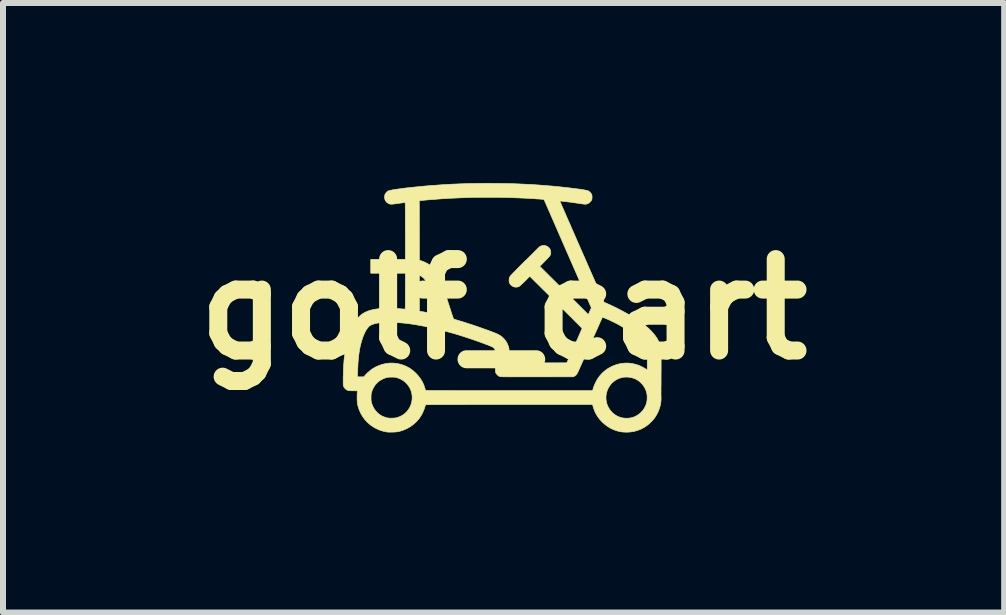
<source format=kicad_pcb>
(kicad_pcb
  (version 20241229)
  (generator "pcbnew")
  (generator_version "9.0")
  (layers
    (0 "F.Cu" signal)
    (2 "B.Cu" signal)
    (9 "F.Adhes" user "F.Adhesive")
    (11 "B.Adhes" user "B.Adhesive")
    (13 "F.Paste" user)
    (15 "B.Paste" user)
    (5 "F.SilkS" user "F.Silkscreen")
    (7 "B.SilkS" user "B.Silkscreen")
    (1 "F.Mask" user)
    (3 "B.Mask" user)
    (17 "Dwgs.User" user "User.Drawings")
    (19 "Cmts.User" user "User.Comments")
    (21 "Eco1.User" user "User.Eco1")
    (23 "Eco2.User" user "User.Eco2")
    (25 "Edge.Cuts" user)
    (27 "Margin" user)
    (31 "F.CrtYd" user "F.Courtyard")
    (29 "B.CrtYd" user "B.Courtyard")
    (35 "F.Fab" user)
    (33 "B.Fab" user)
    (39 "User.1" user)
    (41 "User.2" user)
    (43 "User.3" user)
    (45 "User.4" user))
  (footprint "golf_cart"
    (layer "F.Cu")
    (at 5.341 2.102)
    (property "Reference" "golf_cart" (at 0 0 0) (layer "F.SilkS") (effects (font (size 1.524 1.524) (thickness 0.3))))
    (attr through_hole)
    (fp_poly (pts (xy -0.149 -2.096) (xy -0.033 -2.095) (xy 0.076 -2.093) (xy 0.181 -2.09) (xy 0.283 -2.086) (xy 0.384 -2.081) (xy 0.484 -2.076) (xy 0.585 -2.069) (xy 0.688 -2.061) (xy 0.758 -2.055) (xy 0.814 -2.051) (xy 0.87 -2.045) (xy 0.926 -2.04) (xy 0.982 -2.034) (xy 1.036 -2.028) (xy 1.089 -2.022) (xy 1.14 -2.016) (xy 1.188 -2.01) (xy 1.233 -2.004) (xy 1.274 -1.999) (xy 1.31 -1.993) (xy 1.342 -1.988) (xy 1.368 -1.983) (xy 1.389 -1.979) (xy 1.403 -1.975) (xy 1.407 -1.974) (xy 1.427 -1.962) (xy 1.445 -1.946) (xy 1.46 -1.926) (xy 1.465 -1.918) (xy 1.47 -1.908) (xy 1.473 -1.898) (xy 1.474 -1.887) (xy 1.475 -1.871) (xy 1.475 -1.867) (xy 1.475 -1.849) (xy 1.473 -1.837) (xy 1.471 -1.826) (xy 1.466 -1.816) (xy 1.451 -1.793) (xy 1.431 -1.774) (xy 1.408 -1.76) (xy 1.383 -1.751) (xy 1.363 -1.749) (xy 1.353 -1.75) (xy 1.337 -1.751) (xy 1.318 -1.753) (xy 1.297 -1.756) (xy 1.286 -1.758) (xy 1.261 -1.762) (xy 1.233 -1.766) (xy 1.202 -1.77) (xy 1.17 -1.775) (xy 1.137 -1.779) (xy 1.104 -1.784) (xy 1.072 -1.788) (xy 1.042 -1.792) (xy 1.014 -1.795) (xy 0.989 -1.798) (xy 0.968 -1.8) (xy 0.952 -1.802) (xy 0.942 -1.803) (xy 0.938 -1.803) (xy 0.939 -1.799) (xy 0.943 -1.79) (xy 0.95 -1.774) (xy 0.96 -1.752) (xy 0.971 -1.725) (xy 0.985 -1.693) (xy 1.002 -1.655) (xy 1.02 -1.613) (xy 1.04 -1.567) (xy 1.062 -1.516) (xy 1.086 -1.462) (xy 1.112 -1.404) (xy 1.138 -1.342) (xy 1.167 -1.278) (xy 1.196 -1.211) (xy 1.226 -1.141) (xy 1.258 -1.07) (xy 1.29 -0.996) (xy 1.307 -0.958) (xy 1.677 -0.114) (xy 1.723 -0.095) (xy 1.777 -0.071) (xy 1.834 -0.044) (xy 1.894 -0.015) (xy 1.955 0.017) (xy 2.016 0.05) (xy 2.077 0.084) (xy 2.135 0.118) (xy 2.19 0.151) (xy 2.241 0.184) (xy 2.287 0.215) (xy 2.302 0.226) (xy 2.366 0.276) (xy 2.424 0.326) (xy 2.475 0.378) (xy 2.519 0.43) (xy 2.556 0.483) (xy 2.586 0.537) (xy 2.609 0.591) (xy 2.62 0.625) (xy 2.621 0.629) (xy 2.622 0.634) (xy 2.623 0.639) (xy 2.624 0.644) (xy 2.624 0.652) (xy 2.625 0.661) (xy 2.625 0.672) (xy 2.626 0.686) (xy 2.626 0.703) (xy 2.626 0.723) (xy 2.626 0.748) (xy 2.626 0.777) (xy 2.626 0.81) (xy 2.626 0.85) (xy 2.626 0.895) (xy 2.626 0.946) (xy 2.626 1.004) (xy 2.626 1.024) (xy 2.625 1.075) (xy 2.625 1.125) (xy 2.625 1.172) (xy 2.625 1.216) (xy 2.625 1.257) (xy 2.624 1.293) (xy 2.624 1.326) (xy 2.624 1.353) (xy 2.624 1.375) (xy 2.624 1.392) (xy 2.623 1.401) (xy 2.623 1.404) (xy 2.623 1.411) (xy 2.624 1.424) (xy 2.624 1.44) (xy 2.625 1.457) (xy 2.625 1.513) (xy 2.619 1.571) (xy 2.606 1.628) (xy 2.587 1.685) (xy 2.562 1.739) (xy 2.532 1.791) (xy 2.512 1.82) (xy 2.496 1.839) (xy 2.477 1.86) (xy 2.455 1.882) (xy 2.434 1.903) (xy 2.413 1.921) (xy 2.402 1.93) (xy 2.348 1.968) (xy 2.291 1.998) (xy 2.232 2.021) (xy 2.172 2.038) (xy 2.109 2.047) (xy 2.053 2.05) (xy 2.001 2.048) (xy 1.953 2.043) (xy 1.907 2.033) (xy 1.86 2.018) (xy 1.838 2.01) (xy 1.784 1.985) (xy 1.733 1.954) (xy 1.684 1.917) (xy 1.639 1.876) (xy 1.598 1.83) (xy 1.562 1.781) (xy 1.532 1.729) (xy 1.529 1.722) (xy 1.521 1.704) (xy 1.513 1.683) (xy 1.504 1.659) (xy 1.496 1.636) (xy 1.49 1.615) (xy 1.486 1.599) (xy 1.484 1.589) (xy 0.092 1.589) (xy -0.031 1.589) (xy -0.148 1.589) (xy -0.258 1.589) (xy -0.361 1.589) (xy -0.457 1.589) (xy -0.547 1.589) (xy -0.631 1.59) (xy -0.709 1.59) (xy -0.781 1.59) (xy -0.848 1.59) (xy -0.909 1.59) (xy -0.965 1.59) (xy -1.016 1.59) (xy -1.062 1.59) (xy -1.103 1.591) (xy -1.14 1.591) (xy -1.172 1.591) (xy -1.201 1.591) (xy -1.225 1.591) (xy -1.246 1.592) (xy -1.263 1.592) (xy -1.276 1.592) (xy -1.287 1.593) (xy -1.294 1.593) (xy -1.299 1.593) (xy -1.3 1.594) (xy -1.3 1.594) (xy -1.32 1.659) (xy -1.344 1.718) (xy -1.373 1.772) (xy -1.405 1.821) (xy -1.443 1.865) (xy -1.451 1.874) (xy -1.499 1.918) (xy -1.552 1.957) (xy -1.608 1.989) (xy -1.667 2.015) (xy -1.73 2.035) (xy -1.75 2.04) (xy -1.765 2.043) (xy -1.782 2.045) (xy -1.801 2.046) (xy -1.824 2.048) (xy -1.852 2.048) (xy -1.854 2.048) (xy -1.877 2.049) (xy -1.898 2.049) (xy -1.915 2.049) (xy -1.928 2.048) (xy -1.936 2.048) (xy -1.936 2.048) (xy -2.001 2.035) (xy -2.063 2.016) (xy -2.121 1.99) (xy -2.176 1.959) (xy -2.227 1.923) (xy -2.273 1.881) (xy -2.315 1.835) (xy -2.351 1.785) (xy -2.382 1.73) (xy -2.408 1.671) (xy -2.427 1.61) (xy -2.432 1.588) (xy -2.435 1.573) (xy -2.437 1.558) (xy -2.438 1.542) (xy -2.439 1.523) (xy -2.44 1.499) (xy -2.44 1.48) (xy -2.44 1.475) (xy -2.208 1.475) (xy -2.208 1.499) (xy -2.207 1.517) (xy -2.206 1.531) (xy -2.204 1.543) (xy -2.202 1.555) (xy -2.2 1.561) (xy -2.182 1.61) (xy -2.159 1.655) (xy -2.131 1.695) (xy -2.098 1.73) (xy -2.06 1.76) (xy -2.018 1.784) (xy -1.972 1.802) (xy -1.968 1.803) (xy -1.948 1.809) (xy -1.931 1.813) (xy -1.913 1.815) (xy -1.895 1.816) (xy -1.872 1.817) (xy -1.856 1.816) (xy -1.83 1.815) (xy -1.809 1.813) (xy -1.791 1.811) (xy -1.776 1.807) (xy -1.73 1.791) (xy -1.688 1.77) (xy -1.65 1.743) (xy -1.617 1.713) (xy -1.589 1.678) (xy -1.565 1.641) (xy -1.546 1.601) (xy -1.533 1.56) (xy -1.525 1.517) (xy -1.522 1.473) (xy -1.522 1.471) (xy 1.706 1.471) (xy 1.709 1.515) (xy 1.717 1.558) (xy 1.73 1.601) (xy 1.75 1.642) (xy 1.776 1.682) (xy 1.808 1.718) (xy 1.815 1.726) (xy 1.854 1.757) (xy 1.896 1.783) (xy 1.941 1.801) (xy 1.977 1.811) (xy 2.006 1.815) (xy 2.038 1.817) (xy 2.072 1.817) (xy 2.105 1.814) (xy 2.135 1.808) (xy 2.146 1.806) (xy 2.189 1.79) (xy 2.227 1.77) (xy 2.263 1.745) (xy 2.289 1.722) (xy 2.323 1.685) (xy 2.35 1.644) (xy 2.371 1.6) (xy 2.385 1.558) (xy 2.39 1.53) (xy 2.393 1.498) (xy 2.393 1.464) (xy 2.392 1.431) (xy 2.387 1.402) (xy 2.385 1.39) (xy 2.369 1.343) (xy 2.347 1.3) (xy 2.319 1.26) (xy 2.287 1.224) (xy 2.251 1.194) (xy 2.21 1.169) (xy 2.187 1.158) (xy 2.141 1.143) (xy 2.094 1.134) (xy 2.045 1.131) (xy 1.998 1.134) (xy 1.965 1.141) (xy 1.918 1.156) (xy 1.876 1.177) (xy 1.838 1.203) (xy 1.804 1.233) (xy 1.776 1.267) (xy 1.752 1.304) (xy 1.732 1.343) (xy 1.719 1.384) (xy 1.71 1.427) (xy 1.706 1.471) (xy -1.522 1.471) (xy -1.525 1.429) (xy -1.533 1.385) (xy -1.548 1.343) (xy -1.568 1.302) (xy -1.595 1.263) (xy -1.628 1.227) (xy -1.628 1.226) (xy -1.667 1.194) (xy -1.709 1.168) (xy -1.754 1.149) (xy -1.795 1.137) (xy -1.818 1.134) (xy -1.845 1.132) (xy -1.873 1.132) (xy -1.901 1.133) (xy -1.926 1.135) (xy -1.936 1.137) (xy -1.985 1.151) (xy -2.03 1.172) (xy -2.071 1.197) (xy -2.108 1.229) (xy -2.14 1.265) (xy -2.167 1.306) (xy -2.188 1.351) (xy -2.199 1.386) (xy -2.203 1.4) (xy -2.205 1.413) (xy -2.207 1.427) (xy -2.207 1.444) (xy -2.208 1.465) (xy -2.208 1.475) (xy -2.44 1.475) (xy -2.44 1.457) (xy -2.44 1.433) (xy -2.439 1.413) (xy -2.438 1.396) (xy -2.437 1.385) (xy -2.434 1.361) (xy -2.51 1.36) (xy -2.535 1.36) (xy -2.554 1.359) (xy -2.569 1.359) (xy -2.579 1.358) (xy -2.587 1.356) (xy -2.594 1.354) (xy -2.601 1.351) (xy -2.606 1.349) (xy -2.628 1.335) (xy -2.647 1.316) (xy -2.662 1.294) (xy -2.665 1.289) (xy -2.667 1.284) (xy -2.669 1.279) (xy -2.67 1.273) (xy -2.671 1.265) (xy -2.671 1.254) (xy -2.672 1.24) (xy -2.672 1.222) (xy -2.672 1.198) (xy -2.672 1.168) (xy -2.672 1.159) (xy -2.671 1.128) (xy -2.435 1.128) (xy -2.328 1.128) (xy -2.311 1.108) (xy -2.293 1.087) (xy -2.271 1.065) (xy -2.245 1.042) (xy -2.219 1.02) (xy -2.194 1.001) (xy -2.189 0.997) (xy -2.133 0.964) (xy -2.075 0.938) (xy -2.015 0.918) (xy -1.954 0.905) (xy -1.892 0.898) (xy -1.83 0.899) (xy -1.769 0.906) (xy -1.708 0.92) (xy -1.648 0.941) (xy -1.611 0.958) (xy -1.574 0.978) (xy -1.542 0.999) (xy -1.511 1.022) (xy -1.48 1.05) (xy -1.46 1.068) (xy -1.417 1.116) (xy -1.381 1.164) (xy -1.351 1.214) (xy -1.327 1.267) (xy -1.31 1.32) (xy -1.306 1.334) (xy -1.303 1.345) (xy -1.301 1.352) (xy -1.301 1.353) (xy -1.299 1.353) (xy -1.295 1.353) (xy -1.288 1.354) (xy -1.279 1.354) (xy -1.266 1.354) (xy -1.249 1.355) (xy -1.229 1.355) (xy -1.205 1.355) (xy -1.178 1.355) (xy -1.146 1.356) (xy -1.11 1.356) (xy -1.069 1.356) (xy -1.024 1.356) (xy -0.974 1.356) (xy -0.919 1.356) (xy -0.859 1.357) (xy -0.793 1.357) (xy -0.722 1.357) (xy -0.645 1.357) (xy -0.562 1.357) (xy -0.473 1.357) (xy -0.377 1.357) (xy -0.275 1.357) (xy -0.167 1.357) (xy -0.051 1.357) (xy 0.071 1.357) (xy 1.484 1.357) (xy 1.488 1.342) (xy 1.507 1.282) (xy 1.532 1.224) (xy 1.562 1.169) (xy 1.598 1.118) (xy 1.638 1.072) (xy 1.672 1.04) (xy 1.724 1) (xy 1.779 0.967) (xy 1.836 0.94) (xy 1.894 0.92) (xy 1.954 0.906) (xy 2.015 0.899) (xy 2.076 0.898) (xy 2.137 0.905) (xy 2.198 0.918) (xy 2.257 0.938) (xy 2.295 0.954) (xy 2.314 0.964) (xy 2.335 0.976) (xy 2.354 0.987) (xy 2.362 0.992) (xy 2.375 1.001) (xy 2.385 1.007) (xy 2.392 1.011) (xy 2.394 1.012) (xy 2.394 1.009) (xy 2.394 0.999) (xy 2.394 0.983) (xy 2.395 0.962) (xy 2.395 0.937) (xy 2.395 0.908) (xy 2.395 0.876) (xy 2.395 0.85) (xy 2.395 0.687) (xy 2.379 0.657) (xy 2.358 0.62) (xy 2.331 0.583) (xy 2.297 0.543) (xy 2.258 0.503) (xy 2.214 0.463) (xy 2.165 0.422) (xy 2.112 0.382) (xy 2.055 0.342) (xy 1.994 0.303) (xy 1.942 0.272) (xy 1.918 0.259) (xy 1.891 0.244) (xy 1.863 0.23) (xy 1.834 0.215) (xy 1.804 0.201) (xy 1.775 0.187) (xy 1.747 0.174) (xy 1.721 0.163) (xy 1.698 0.153) (xy 1.678 0.145) (xy 1.663 0.14) (xy 1.652 0.137) (xy 1.647 0.137) (xy 1.647 0.137) (xy 1.646 0.14) (xy 1.641 0.15) (xy 1.634 0.166) (xy 1.624 0.187) (xy 1.612 0.213) (xy 1.598 0.244) (xy 1.583 0.28) (xy 1.565 0.319) (xy 1.546 0.362) (xy 1.525 0.408) (xy 1.503 0.457) (xy 1.481 0.508) (xy 1.457 0.561) (xy 1.444 0.59) (xy 1.42 0.644) (xy 1.396 0.697) (xy 1.374 0.748) (xy 1.352 0.797) (xy 1.331 0.843) (xy 1.312 0.885) (xy 1.295 0.924) (xy 1.279 0.959) (xy 1.266 0.99) (xy 1.254 1.016) (xy 1.245 1.036) (xy 1.238 1.051) (xy 1.234 1.06) (xy 1.233 1.062) (xy 1.217 1.087) (xy 1.196 1.108) (xy 1.179 1.118) (xy 1.163 1.127) (xy 0.559 1.128) (xy 0.481 1.128) (xy 0.41 1.128) (xy 0.345 1.128) (xy 0.287 1.128) (xy 0.234 1.128) (xy 0.187 1.128) (xy 0.146 1.128) (xy 0.109 1.128) (xy 0.078 1.128) (xy 0.05 1.127) (xy 0.026 1.127) (xy 0.006 1.127) (xy -0.011 1.127) (xy -0.024 1.126) (xy -0.035 1.126) (xy -0.044 1.125) (xy -0.051 1.125) (xy -0.056 1.124) (xy -0.06 1.124) (xy -0.062 1.123) (xy -0.062 1.123) (xy -0.079 1.115) (xy -0.096 1.102) (xy -0.112 1.087) (xy -0.124 1.07) (xy -0.128 1.064) (xy -0.13 1.06) (xy -0.131 1.056) (xy -0.132 1.051) (xy -0.134 1.046) (xy -0.134 1.038) (xy -0.135 1.027) (xy -0.136 1.014) (xy -0.136 0.996) (xy -0.137 0.975) (xy -0.137 0.947) (xy -0.137 0.915) (xy -0.138 0.875) (xy -0.138 0.864) (xy -0.14 0.68) (xy -0.149 0.664) (xy -0.155 0.655) (xy -0.162 0.647) (xy -0.17 0.64) (xy -0.18 0.633) (xy -0.194 0.626) (xy -0.212 0.618) (xy -0.234 0.608) (xy -0.26 0.598) (xy -0.399 0.546) (xy -0.537 0.498) (xy -0.674 0.453) (xy -0.809 0.411) (xy -0.943 0.374) (xy -1.074 0.34) (xy -1.201 0.31) (xy -1.325 0.284) (xy -1.445 0.262) (xy -1.56 0.244) (xy -1.662 0.232) (xy -1.739 0.226) (xy -1.813 0.221) (xy -1.881 0.219) (xy -1.945 0.219) (xy -2.004 0.222) (xy -2.058 0.226) (xy -2.106 0.233) (xy -2.148 0.243) (xy -2.185 0.254) (xy -2.215 0.268) (xy -2.238 0.283) (xy -2.246 0.291) (xy -2.266 0.314) (xy -2.286 0.344) (xy -2.306 0.379) (xy -2.324 0.418) (xy -2.342 0.46) (xy -2.345 0.47) (xy -2.366 0.533) (xy -2.384 0.6) (xy -2.399 0.67) (xy -2.41 0.745) (xy -2.419 0.825) (xy -2.426 0.911) (xy -2.429 0.987) (xy -2.43 1.011) (xy -2.431 1.037) (xy -2.432 1.061) (xy -2.433 1.081) (xy -2.433 1.089) (xy -2.435 1.128) (xy -2.671 1.128) (xy -2.669 1.039) (xy -2.664 0.926) (xy -2.655 0.819) (xy -2.642 0.719) (xy -2.627 0.625) (xy -2.608 0.537) (xy -2.586 0.456) (xy -2.561 0.382) (xy -2.533 0.313) (xy -2.501 0.252) (xy -2.466 0.196) (xy -2.45 0.174) (xy -2.42 0.139) (xy -2.389 0.108) (xy -2.356 0.081) (xy -2.32 0.059) (xy -2.281 0.04) (xy -2.238 0.024) (xy -2.19 0.011) (xy -2.136 0.000236) (xy -2.077 -0.008) (xy -2.059 -0.01) (xy -2.034 -0.011) (xy -2.004 -0.012) (xy -1.97 -0.012) (xy -1.934 -0.013) (xy -1.896 -0.012) (xy -1.858 -0.012) (xy -1.821 -0.011) (xy -1.785 -0.01) (xy -1.753 -0.009) (xy -1.725 -0.007) (xy -1.714 -0.006) (xy -1.692 -0.004) (xy -1.673 -0.003) (xy -1.657 -0.001) (xy -1.646 -0.000342) (xy -1.64 -0.000002) (xy -1.64 0) (xy -1.64 -0.003) (xy -1.639 -0.011) (xy -1.638 -0.025) (xy -1.638 -0.046) (xy -1.637 -0.072) (xy -1.637 -0.105) (xy -1.637 -0.144) (xy -1.637 -0.19) (xy -1.637 -0.243) (xy -1.636 -0.299) (xy -1.636 -0.384) (xy -1.404 -0.384) (xy -1.404 -0.333) (xy -1.403 -0.276) (xy -1.403 -0.264) (xy -1.402 0.034) (xy -1.324 0.047) (xy -1.299 0.052) (xy -1.273 0.057) (xy -1.245 0.062) (xy -1.218 0.067) (xy -1.192 0.072) (xy -1.169 0.077) (xy -1.148 0.081) (xy -1.132 0.085) (xy -1.12 0.087) (xy -1.115 0.089) (xy -1.114 0.089) (xy -1.11 0.091) (xy -1.107 0.087) (xy -1.107 0.087) (xy -1.108 0.081) (xy -1.111 0.07) (xy -1.116 0.053) (xy -1.123 0.031) (xy -1.131 0.005) (xy -1.141 -0.025) (xy -1.151 -0.057) (xy -1.163 -0.092) (xy -1.174 -0.127) (xy -1.186 -0.164) (xy -1.199 -0.2) (xy -1.211 -0.236) (xy -1.222 -0.271) (xy -1.233 -0.303) (xy -1.244 -0.333) (xy -1.253 -0.359) (xy -1.261 -0.382) (xy -1.263 -0.386) (xy -1.274 -0.417) (xy -1.284 -0.441) (xy -1.292 -0.46) (xy -1.3 -0.476) (xy -1.308 -0.489) (xy -1.317 -0.501) (xy -1.326 -0.512) (xy -1.328 -0.513) (xy -1.338 -0.523) (xy -1.352 -0.534) (xy -1.366 -0.544) (xy -1.38 -0.553) (xy -1.391 -0.559) (xy -1.399 -0.562) (xy -1.4 -0.562) (xy -1.401 -0.56) (xy -1.402 -0.552) (xy -1.402 -0.539) (xy -1.403 -0.52) (xy -1.403 -0.495) (xy -1.403 -0.465) (xy -1.404 -0.428) (xy -1.404 -0.384) (xy -1.636 -0.384) (xy -1.636 -0.599) (xy -2.213 -0.599) (xy -2.213 -0.831) (xy -1.636 -0.831) (xy -1.636 -1.304) (xy -1.637 -1.362) (xy -1.637 -1.418) (xy -1.637 -1.472) (xy -1.637 -1.522) (xy -1.637 -1.57) (xy -1.637 -1.613) (xy -1.637 -1.653) (xy -1.638 -1.687) (xy -1.638 -1.717) (xy -1.638 -1.742) (xy -1.639 -1.76) (xy -1.639 -1.772) (xy -1.639 -1.778) (xy -1.639 -1.778) (xy -1.644 -1.778) (xy -1.654 -1.776) (xy -1.67 -1.774) (xy -1.69 -1.771) (xy -1.714 -1.768) (xy -1.74 -1.764) (xy -1.746 -1.764) (xy -1.773 -1.76) (xy -1.8 -1.756) (xy -1.824 -1.753) (xy -1.844 -1.751) (xy -1.86 -1.75) (xy -1.87 -1.749) (xy -1.871 -1.749) (xy -1.896 -1.752) (xy -1.92 -1.762) (xy -1.943 -1.778) (xy -1.961 -1.798) (xy -1.967 -1.806) (xy -1.404 -1.806) (xy -1.402 -0.816) (xy -1.366 -0.804) (xy -1.31 -0.782) (xy -1.258 -0.755) (xy -1.211 -0.723) (xy -1.169 -0.685) (xy -1.132 -0.643) (xy -1.101 -0.596) (xy -1.09 -0.575) (xy -1.082 -0.558) (xy -1.072 -0.534) (xy -1.06 -0.504) (xy -1.046 -0.469) (xy -1.032 -0.428) (xy -1.015 -0.383) (xy -0.998 -0.333) (xy -0.979 -0.279) (xy -0.96 -0.221) (xy -0.939 -0.16) (xy -0.919 -0.097) (xy -0.897 -0.031) (xy -0.878 0.029) (xy -0.868 0.06) (xy -0.859 0.089) (xy -0.85 0.114) (xy -0.843 0.134) (xy -0.837 0.15) (xy -0.833 0.16) (xy -0.831 0.164) (xy -0.826 0.166) (xy -0.815 0.169) (xy -0.799 0.174) (xy -0.78 0.18) (xy -0.758 0.187) (xy -0.744 0.191) (xy -0.704 0.203) (xy -0.661 0.216) (xy -0.615 0.231) (xy -0.566 0.247) (xy -0.516 0.263) (xy -0.466 0.28) (xy -0.415 0.297) (xy -0.366 0.315) (xy -0.318 0.332) (xy -0.272 0.348) (xy -0.229 0.364) (xy -0.191 0.378) (xy -0.157 0.391) (xy -0.128 0.403) (xy -0.105 0.413) (xy -0.105 0.413) (xy -0.061 0.436) (xy -0.022 0.465) (xy 0.013 0.499) (xy 0.042 0.537) (xy 0.065 0.579) (xy 0.082 0.622) (xy 0.085 0.631) (xy 0.087 0.64) (xy 0.089 0.648) (xy 0.09 0.657) (xy 0.091 0.668) (xy 0.092 0.681) (xy 0.092 0.699) (xy 0.093 0.721) (xy 0.093 0.749) (xy 0.093 0.776) (xy 0.095 0.896) (xy 1.054 0.894) (xy 1.182 0.61) (xy 1.201 0.567) (xy 1.219 0.526) (xy 1.237 0.487) (xy 1.252 0.451) (xy 1.267 0.418) (xy 1.279 0.39) (xy 1.29 0.365) (xy 1.298 0.346) (xy 1.305 0.331) (xy 1.308 0.323) (xy 1.309 0.32) (xy 1.306 0.317) (xy 1.299 0.309) (xy 1.287 0.297) (xy 1.27 0.28) (xy 1.249 0.259) (xy 1.225 0.235) (xy 1.197 0.207) (xy 1.166 0.175) (xy 1.132 0.141) (xy 1.094 0.104) (xy 1.055 0.065) (xy 1.013 0.023) (xy 0.969 -0.02) (xy 0.924 -0.065) (xy 0.877 -0.112) (xy 0.873 -0.116) (xy 0.437 -0.548) (xy 0.356 -0.466) (xy 0.329 -0.44) (xy 0.305 -0.418) (xy 0.286 -0.4) (xy 0.271 -0.387) (xy 0.261 -0.379) (xy 0.258 -0.377) (xy 0.237 -0.37) (xy 0.213 -0.367) (xy 0.188 -0.368) (xy 0.166 -0.374) (xy 0.142 -0.387) (xy 0.12 -0.405) (xy 0.103 -0.428) (xy 0.103 -0.429) (xy 0.098 -0.439) (xy 0.095 -0.447) (xy 0.093 -0.457) (xy 0.093 -0.47) (xy 0.093 -0.483) (xy 0.093 -0.494) (xy 0.093 -0.504) (xy 0.094 -0.513) (xy 0.096 -0.522) (xy 0.1 -0.531) (xy 0.105 -0.54) (xy 0.113 -0.551) (xy 0.124 -0.564) (xy 0.138 -0.579) (xy 0.155 -0.598) (xy 0.176 -0.619) (xy 0.201 -0.645) (xy 0.23 -0.675) (xy 0.236 -0.68) (xy 0.261 -0.706) (xy 0.285 -0.73) (xy 0.307 -0.752) (xy 0.327 -0.772) (xy 0.344 -0.789) (xy 0.358 -0.803) (xy 0.368 -0.812) (xy 0.374 -0.817) (xy 0.374 -0.817) (xy 0.379 -0.821) (xy 0.389 -0.831) (xy 0.402 -0.844) (xy 0.419 -0.86) (xy 0.438 -0.88) (xy 0.46 -0.901) (xy 0.483 -0.924) (xy 0.492 -0.933) (xy 0.518 -0.96) (xy 0.543 -0.984) (xy 0.564 -1.005) (xy 0.582 -1.023) (xy 0.596 -1.036) (xy 0.607 -1.044) (xy 0.611 -1.048) (xy 0.63 -1.055) (xy 0.652 -1.06) (xy 0.673 -1.062) (xy 0.685 -1.062) (xy 0.698 -1.059) (xy 0.713 -1.053) (xy 0.725 -1.048) (xy 0.748 -1.033) (xy 0.767 -1.013) (xy 0.78 -0.989) (xy 0.786 -0.961) (xy 0.787 -0.944) (xy 0.787 -0.932) (xy 0.786 -0.922) (xy 0.783 -0.912) (xy 0.779 -0.901) (xy 0.772 -0.89) (xy 0.763 -0.877) (xy 0.75 -0.863) (xy 0.733 -0.845) (xy 0.712 -0.823) (xy 0.687 -0.797) (xy 0.687 -0.797) (xy 0.604 -0.714) (xy 1.413 0.09) (xy 1.438 0.033) (xy 1.463 -0.023) (xy 1.068 -0.926) (xy 0.674 -1.828) (xy 0.654 -1.83) (xy 0.642 -1.831) (xy 0.624 -1.833) (xy 0.601 -1.835) (xy 0.574 -1.836) (xy 0.544 -1.838) (xy 0.513 -1.841) (xy 0.48 -1.843) (xy 0.448 -1.845) (xy 0.418 -1.846) (xy 0.41 -1.847) (xy 0.231 -1.855) (xy 0.048 -1.861) (xy -0.139 -1.864) (xy -0.328 -1.864) (xy -0.516 -1.862) (xy -0.703 -1.856) (xy -0.886 -1.848) (xy -0.969 -1.843) (xy -1 -1.841) (xy -1.035 -1.839) (xy -1.072 -1.836) (xy -1.11 -1.833) (xy -1.15 -1.83) (xy -1.189 -1.827) (xy -1.227 -1.824) (xy -1.263 -1.821) (xy -1.297 -1.818) (xy -1.327 -1.815) (xy -1.353 -1.813) (xy -1.373 -1.811) (xy -1.387 -1.809) (xy -1.391 -1.808) (xy -1.404 -1.806) (xy -1.967 -1.806) (xy -1.973 -1.818) (xy -1.98 -1.839) (xy -1.983 -1.864) (xy -1.982 -1.888) (xy -1.976 -1.91) (xy -1.975 -1.913) (xy -1.962 -1.934) (xy -1.945 -1.953) (xy -1.926 -1.967) (xy -1.918 -1.972) (xy -1.906 -1.976) (xy -1.888 -1.98) (xy -1.863 -1.985) (xy -1.833 -1.991) (xy -1.797 -1.996) (xy -1.757 -2.002) (xy -1.712 -2.008) (xy -1.664 -2.015) (xy -1.612 -2.021) (xy -1.557 -2.027) (xy -1.5 -2.033) (xy -1.441 -2.039) (xy -1.381 -2.045) (xy -1.32 -2.051) (xy -1.259 -2.056) (xy -1.197 -2.061) (xy -1.152 -2.064) (xy -1.001 -2.075) (xy -0.854 -2.083) (xy -0.709 -2.089) (xy -0.564 -2.094) (xy -0.416 -2.096) (xy -0.265 -2.097) (xy -0.149 -2.096)) (stroke (width 0.01) (type solid)) (fill yes) (layer "F.SilkS")))
  (gr_rect
    (start -3 -3)
    (end 13.683 7.157)
    (stroke (width 0.1) (type default))
    (fill no)
    (layer "Edge.Cuts")))
</source>
